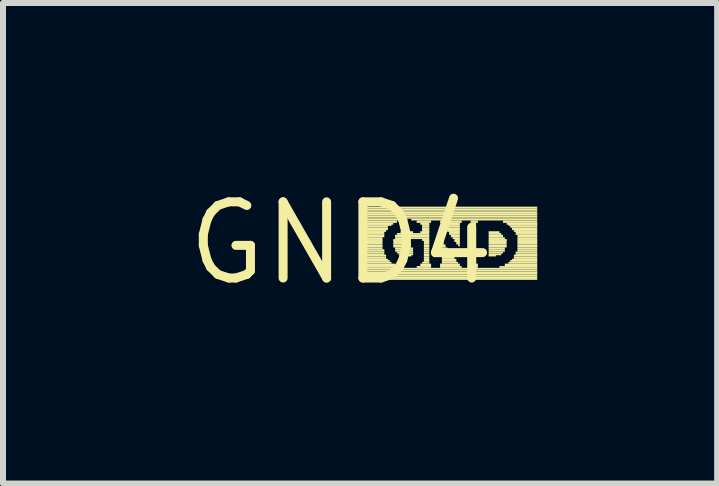
<source format=kicad_pcb>
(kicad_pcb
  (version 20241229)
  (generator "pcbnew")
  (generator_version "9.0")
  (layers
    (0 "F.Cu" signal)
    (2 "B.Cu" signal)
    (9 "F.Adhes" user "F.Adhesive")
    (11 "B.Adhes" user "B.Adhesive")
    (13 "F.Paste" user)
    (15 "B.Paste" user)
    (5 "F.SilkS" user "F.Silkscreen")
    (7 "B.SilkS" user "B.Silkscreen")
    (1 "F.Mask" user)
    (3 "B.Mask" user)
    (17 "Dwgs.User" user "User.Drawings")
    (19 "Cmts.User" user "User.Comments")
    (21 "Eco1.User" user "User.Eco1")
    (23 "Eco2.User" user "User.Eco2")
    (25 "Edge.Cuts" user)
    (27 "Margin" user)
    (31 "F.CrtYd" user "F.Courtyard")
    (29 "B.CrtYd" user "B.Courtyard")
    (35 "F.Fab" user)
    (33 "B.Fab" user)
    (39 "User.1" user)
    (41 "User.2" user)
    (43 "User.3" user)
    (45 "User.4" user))
  (footprint "GND4"
    (layer "F.Cu")
    (at 2.638 1.006)
    (property "Reference" "GND4" (at 0 0 0) (layer "F.SilkS") (effects (font (size 1.27 1.27) (thickness 0.15))))
    (fp_poly (pts (xy 0.36 -0.58) (xy 3.27 -0.58) (xy 3.27 -0.61) (xy 0.36 -0.61)) (stroke (width 0) (type solid)) (fill yes) (layer "F.SilkS"))
    (fp_poly (pts (xy 0.36 -0.55) (xy 3.27 -0.55) (xy 3.27 -0.58) (xy 0.36 -0.58)) (stroke (width 0) (type solid)) (fill yes) (layer "F.SilkS"))
    (fp_poly (pts (xy 0.36 -0.53) (xy 3.27 -0.53) (xy 3.27 -0.55) (xy 0.36 -0.55)) (stroke (width 0) (type solid)) (fill yes) (layer "F.SilkS"))
    (fp_poly (pts (xy 0.36 -0.49) (xy 3.27 -0.49) (xy 3.27 -0.53) (xy 0.36 -0.53)) (stroke (width 0) (type solid)) (fill yes) (layer "F.SilkS"))
    (fp_poly (pts (xy 0.36 -0.46) (xy 3.27 -0.46) (xy 3.27 -0.49) (xy 0.36 -0.49)) (stroke (width 0) (type solid)) (fill yes) (layer "F.SilkS"))
    (fp_poly (pts (xy 0.36 -0.43) (xy 3.27 -0.43) (xy 3.27 -0.46) (xy 0.36 -0.46)) (stroke (width 0) (type solid)) (fill yes) (layer "F.SilkS"))
    (fp_poly (pts (xy 0.36 -0.41) (xy 3.27 -0.41) (xy 3.27 -0.43) (xy 0.36 -0.43)) (stroke (width 0) (type solid)) (fill yes) (layer "F.SilkS"))
    (fp_poly (pts (xy 0.36 -0.38) (xy 0.99 -0.38) (xy 0.99 -0.41) (xy 0.36 -0.41)) (stroke (width 0) (type solid)) (fill yes) (layer "F.SilkS"))
    (fp_poly (pts (xy 0.36 -0.34) (xy 0.93 -0.34) (xy 0.93 -0.38) (xy 0.36 -0.38)) (stroke (width 0) (type solid)) (fill yes) (layer "F.SilkS"))
    (fp_poly (pts (xy 0.36 -0.31) (xy 0.87 -0.31) (xy 0.87 -0.34) (xy 0.36 -0.34)) (stroke (width 0) (type solid)) (fill yes) (layer "F.SilkS"))
    (fp_poly (pts (xy 0.36 -0.29) (xy 0.84 -0.29) (xy 0.84 -0.32) (xy 0.36 -0.32)) (stroke (width 0) (type solid)) (fill yes) (layer "F.SilkS"))
    (fp_poly (pts (xy 0.36 -0.26) (xy 0.78 -0.26) (xy 0.78 -0.29) (xy 0.36 -0.29)) (stroke (width 0) (type solid)) (fill yes) (layer "F.SilkS"))
    (fp_poly (pts (xy 0.36 -0.22) (xy 0.78 -0.22) (xy 0.78 -0.26) (xy 0.36 -0.26)) (stroke (width 0) (type solid)) (fill yes) (layer "F.SilkS"))
    (fp_poly (pts (xy 0.36 -0.19) (xy 0.75 -0.19) (xy 0.75 -0.22) (xy 0.36 -0.22)) (stroke (width 0) (type solid)) (fill yes) (layer "F.SilkS"))
    (fp_poly (pts (xy 0.36 -0.17) (xy 0.72 -0.17) (xy 0.72 -0.2) (xy 0.36 -0.2)) (stroke (width 0) (type solid)) (fill yes) (layer "F.SilkS"))
    (fp_poly (pts (xy 0.36 -0.14) (xy 0.72 -0.14) (xy 0.72 -0.17) (xy 0.36 -0.17)) (stroke (width 0) (type solid)) (fill yes) (layer "F.SilkS"))
    (fp_poly (pts (xy 0.36 -0.1) (xy 0.72 -0.1) (xy 0.72 -0.14) (xy 0.36 -0.14)) (stroke (width 0) (type solid)) (fill yes) (layer "F.SilkS"))
    (fp_poly (pts (xy 0.36 -0.07) (xy 0.69 -0.07) (xy 0.69 -0.1) (xy 0.36 -0.1)) (stroke (width 0) (type solid)) (fill yes) (layer "F.SilkS"))
    (fp_poly (pts (xy 0.36 -0.04) (xy 0.69 -0.04) (xy 0.69 -0.07) (xy 0.36 -0.07)) (stroke (width 0) (type solid)) (fill yes) (layer "F.SilkS"))
    (fp_poly (pts (xy 0.36 -0.02) (xy 0.69 -0.02) (xy 0.69 -0.05) (xy 0.36 -0.05)) (stroke (width 0) (type solid)) (fill yes) (layer "F.SilkS"))
    (fp_poly (pts (xy 0.36 0.02) (xy 0.69 0.02) (xy 0.69 -0.02) (xy 0.36 -0.02)) (stroke (width 0) (type solid)) (fill yes) (layer "F.SilkS"))
    (fp_poly (pts (xy 0.36 0.05) (xy 0.69 0.05) (xy 0.69 0.02) (xy 0.36 0.02)) (stroke (width 0) (type solid)) (fill yes) (layer "F.SilkS"))
    (fp_poly (pts (xy 0.36 0.07) (xy 0.69 0.07) (xy 0.69 0.04) (xy 0.36 0.04)) (stroke (width 0) (type solid)) (fill yes) (layer "F.SilkS"))
    (fp_poly (pts (xy 0.36 0.1) (xy 0.69 0.1) (xy 0.69 0.07) (xy 0.36 0.07)) (stroke (width 0) (type solid)) (fill yes) (layer "F.SilkS"))
    (fp_poly (pts (xy 0.36 0.14) (xy 0.72 0.14) (xy 0.72 0.1) (xy 0.36 0.1)) (stroke (width 0) (type solid)) (fill yes) (layer "F.SilkS"))
    (fp_poly (pts (xy 0.36 0.17) (xy 0.72 0.17) (xy 0.72 0.14) (xy 0.36 0.14)) (stroke (width 0) (type solid)) (fill yes) (layer "F.SilkS"))
    (fp_poly (pts (xy 0.36 0.2) (xy 0.72 0.2) (xy 0.72 0.17) (xy 0.36 0.17)) (stroke (width 0) (type solid)) (fill yes) (layer "F.SilkS"))
    (fp_poly (pts (xy 0.36 0.22) (xy 0.75 0.22) (xy 0.75 0.19) (xy 0.36 0.19)) (stroke (width 0) (type solid)) (fill yes) (layer "F.SilkS"))
    (fp_poly (pts (xy 0.36 0.26) (xy 0.75 0.26) (xy 0.75 0.22) (xy 0.36 0.22)) (stroke (width 0) (type solid)) (fill yes) (layer "F.SilkS"))
    (fp_poly (pts (xy 0.36 0.29) (xy 0.78 0.29) (xy 0.78 0.26) (xy 0.36 0.26)) (stroke (width 0) (type solid)) (fill yes) (layer "F.SilkS"))
    (fp_poly (pts (xy 0.36 0.31) (xy 0.81 0.31) (xy 0.81 0.28) (xy 0.36 0.28)) (stroke (width 0) (type solid)) (fill yes) (layer "F.SilkS"))
    (fp_poly (pts (xy 0.36 0.34) (xy 0.84 0.34) (xy 0.84 0.31) (xy 0.36 0.31)) (stroke (width 0) (type solid)) (fill yes) (layer "F.SilkS"))
    (fp_poly (pts (xy 0.36 0.38) (xy 0.9 0.38) (xy 0.9 0.34) (xy 0.36 0.34)) (stroke (width 0) (type solid)) (fill yes) (layer "F.SilkS"))
    (fp_poly (pts (xy 0.36 0.41) (xy 0.96 0.41) (xy 0.96 0.38) (xy 0.36 0.38)) (stroke (width 0) (type solid)) (fill yes) (layer "F.SilkS"))
    (fp_poly (pts (xy 0.36 0.44) (xy 3.27 0.44) (xy 3.27 0.41) (xy 0.36 0.41)) (stroke (width 0) (type solid)) (fill yes) (layer "F.SilkS"))
    (fp_poly (pts (xy 0.36 0.47) (xy 3.27 0.47) (xy 3.27 0.44) (xy 0.36 0.44)) (stroke (width 0) (type solid)) (fill yes) (layer "F.SilkS"))
    (fp_poly (pts (xy 0.36 0.5) (xy 3.27 0.5) (xy 3.27 0.47) (xy 0.36 0.47)) (stroke (width 0) (type solid)) (fill yes) (layer "F.SilkS"))
    (fp_poly (pts (xy 0.36 0.52) (xy 3.27 0.52) (xy 3.27 0.49) (xy 0.36 0.49)) (stroke (width 0) (type solid)) (fill yes) (layer "F.SilkS"))
    (fp_poly (pts (xy 0.36 0.55) (xy 3.27 0.55) (xy 3.27 0.52) (xy 0.36 0.52)) (stroke (width 0) (type solid)) (fill yes) (layer "F.SilkS"))
    (fp_poly (pts (xy 0.36 0.58) (xy 3.27 0.58) (xy 3.27 0.55) (xy 0.36 0.55)) (stroke (width 0) (type solid)) (fill yes) (layer "F.SilkS"))
    (fp_poly (pts (xy 0.36 0.61) (xy 3.27 0.61) (xy 3.27 0.58) (xy 0.36 0.58)) (stroke (width 0) (type solid)) (fill yes) (layer "F.SilkS"))
    (fp_poly (pts (xy 0.87 -0.04) (xy 1.08 -0.04) (xy 1.08 -0.07) (xy 0.87 -0.07)) (stroke (width 0) (type solid)) (fill yes) (layer "F.SilkS"))
    (fp_poly (pts (xy 0.87 -0.02) (xy 1.05 -0.02) (xy 1.05 -0.05) (xy 0.87 -0.05)) (stroke (width 0) (type solid)) (fill yes) (layer "F.SilkS"))
    (fp_poly (pts (xy 0.87 0.02) (xy 1.05 0.02) (xy 1.05 -0.02) (xy 0.87 -0.02)) (stroke (width 0) (type solid)) (fill yes) (layer "F.SilkS"))
    (fp_poly (pts (xy 0.87 0.05) (xy 1.05 0.05) (xy 1.05 0.02) (xy 0.87 0.02)) (stroke (width 0) (type solid)) (fill yes) (layer "F.SilkS"))
    (fp_poly (pts (xy 0.87 0.07) (xy 1.05 0.07) (xy 1.05 0.04) (xy 0.87 0.04)) (stroke (width 0) (type solid)) (fill yes) (layer "F.SilkS"))
    (fp_poly (pts (xy 0.9 -0.1) (xy 1.47 -0.1) (xy 1.47 -0.14) (xy 0.9 -0.14)) (stroke (width 0) (type solid)) (fill yes) (layer "F.SilkS"))
    (fp_poly (pts (xy 0.9 -0.07) (xy 1.47 -0.07) (xy 1.47 -0.1) (xy 0.9 -0.1)) (stroke (width 0) (type solid)) (fill yes) (layer "F.SilkS"))
    (fp_poly (pts (xy 0.9 0.1) (xy 1.2 0.1) (xy 1.2 0.07) (xy 0.9 0.07)) (stroke (width 0) (type solid)) (fill yes) (layer "F.SilkS"))
    (fp_poly (pts (xy 0.9 0.14) (xy 1.2 0.14) (xy 1.2 0.1) (xy 0.9 0.1)) (stroke (width 0) (type solid)) (fill yes) (layer "F.SilkS"))
    (fp_poly (pts (xy 0.93 -0.14) (xy 1.47 -0.14) (xy 1.47 -0.17) (xy 0.93 -0.17)) (stroke (width 0) (type solid)) (fill yes) (layer "F.SilkS"))
    (fp_poly (pts (xy 0.93 0.17) (xy 1.2 0.17) (xy 1.2 0.14) (xy 0.93 0.14)) (stroke (width 0) (type solid)) (fill yes) (layer "F.SilkS"))
    (fp_poly (pts (xy 0.96 0.2) (xy 1.2 0.2) (xy 1.2 0.17) (xy 0.96 0.17)) (stroke (width 0) (type solid)) (fill yes) (layer "F.SilkS"))
    (fp_poly (pts (xy 0.99 -0.17) (xy 1.2 -0.17) (xy 1.2 -0.2) (xy 0.99 -0.2)) (stroke (width 0) (type solid)) (fill yes) (layer "F.SilkS"))
    (fp_poly (pts (xy 1.02 0.22) (xy 1.17 0.22) (xy 1.17 0.19) (xy 1.02 0.19)) (stroke (width 0) (type solid)) (fill yes) (layer "F.SilkS"))
    (fp_poly (pts (xy 1.17 -0.38) (xy 3.27 -0.38) (xy 3.27 -0.41) (xy 1.17 -0.41)) (stroke (width 0) (type solid)) (fill yes) (layer "F.SilkS"))
    (fp_poly (pts (xy 1.26 -0.34) (xy 1.5 -0.34) (xy 1.5 -0.38) (xy 1.26 -0.38)) (stroke (width 0) (type solid)) (fill yes) (layer "F.SilkS"))
    (fp_poly (pts (xy 1.26 0.41) (xy 1.5 0.41) (xy 1.5 0.38) (xy 1.26 0.38)) (stroke (width 0) (type solid)) (fill yes) (layer "F.SilkS"))
    (fp_poly (pts (xy 1.32 -0.31) (xy 1.47 -0.31) (xy 1.47 -0.34) (xy 1.32 -0.34)) (stroke (width 0) (type solid)) (fill yes) (layer "F.SilkS"))
    (fp_poly (pts (xy 1.32 -0.17) (xy 1.47 -0.17) (xy 1.47 -0.2) (xy 1.32 -0.2)) (stroke (width 0) (type solid)) (fill yes) (layer "F.SilkS"))
    (fp_poly (pts (xy 1.32 0.38) (xy 1.5 0.38) (xy 1.5 0.34) (xy 1.32 0.34)) (stroke (width 0) (type solid)) (fill yes) (layer "F.SilkS"))
    (fp_poly (pts (xy 1.35 -0.29) (xy 1.47 -0.29) (xy 1.47 -0.32) (xy 1.35 -0.32)) (stroke (width 0) (type solid)) (fill yes) (layer "F.SilkS"))
    (fp_poly (pts (xy 1.35 -0.26) (xy 1.47 -0.26) (xy 1.47 -0.29) (xy 1.35 -0.29)) (stroke (width 0) (type solid)) (fill yes) (layer "F.SilkS"))
    (fp_poly (pts (xy 1.35 -0.22) (xy 1.47 -0.22) (xy 1.47 -0.26) (xy 1.35 -0.26)) (stroke (width 0) (type solid)) (fill yes) (layer "F.SilkS"))
    (fp_poly (pts (xy 1.35 -0.19) (xy 1.47 -0.19) (xy 1.47 -0.22) (xy 1.35 -0.22)) (stroke (width 0) (type solid)) (fill yes) (layer "F.SilkS"))
    (fp_poly (pts (xy 1.35 -0.04) (xy 1.47 -0.04) (xy 1.47 -0.07) (xy 1.35 -0.07)) (stroke (width 0) (type solid)) (fill yes) (layer "F.SilkS"))
    (fp_poly (pts (xy 1.35 0.34) (xy 1.47 0.34) (xy 1.47 0.31) (xy 1.35 0.31)) (stroke (width 0) (type solid)) (fill yes) (layer "F.SilkS"))
    (fp_poly (pts (xy 1.38 -0.02) (xy 1.47 -0.02) (xy 1.47 -0.05) (xy 1.38 -0.05)) (stroke (width 0) (type solid)) (fill yes) (layer "F.SilkS"))
    (fp_poly (pts (xy 1.38 0.02) (xy 1.47 0.02) (xy 1.47 -0.02) (xy 1.38 -0.02)) (stroke (width 0) (type solid)) (fill yes) (layer "F.SilkS"))
    (fp_poly (pts (xy 1.38 0.05) (xy 1.47 0.05) (xy 1.47 0.02) (xy 1.38 0.02)) (stroke (width 0) (type solid)) (fill yes) (layer "F.SilkS"))
    (fp_poly (pts (xy 1.38 0.07) (xy 1.47 0.07) (xy 1.47 0.04) (xy 1.38 0.04)) (stroke (width 0) (type solid)) (fill yes) (layer "F.SilkS"))
    (fp_poly (pts (xy 1.38 0.1) (xy 1.47 0.1) (xy 1.47 0.07) (xy 1.38 0.07)) (stroke (width 0) (type solid)) (fill yes) (layer "F.SilkS"))
    (fp_poly (pts (xy 1.38 0.14) (xy 1.47 0.14) (xy 1.47 0.1) (xy 1.38 0.1)) (stroke (width 0) (type solid)) (fill yes) (layer "F.SilkS"))
    (fp_poly (pts (xy 1.38 0.17) (xy 1.47 0.17) (xy 1.47 0.14) (xy 1.38 0.14)) (stroke (width 0) (type solid)) (fill yes) (layer "F.SilkS"))
    (fp_poly (pts (xy 1.38 0.2) (xy 1.47 0.2) (xy 1.47 0.17) (xy 1.38 0.17)) (stroke (width 0) (type solid)) (fill yes) (layer "F.SilkS"))
    (fp_poly (pts (xy 1.38 0.22) (xy 1.47 0.22) (xy 1.47 0.19) (xy 1.38 0.19)) (stroke (width 0) (type solid)) (fill yes) (layer "F.SilkS"))
    (fp_poly (pts (xy 1.38 0.26) (xy 1.47 0.26) (xy 1.47 0.22) (xy 1.38 0.22)) (stroke (width 0) (type solid)) (fill yes) (layer "F.SilkS"))
    (fp_poly (pts (xy 1.38 0.29) (xy 1.47 0.29) (xy 1.47 0.26) (xy 1.38 0.26)) (stroke (width 0) (type solid)) (fill yes) (layer "F.SilkS"))
    (fp_poly (pts (xy 1.38 0.31) (xy 1.47 0.31) (xy 1.47 0.28) (xy 1.38 0.28)) (stroke (width 0) (type solid)) (fill yes) (layer "F.SilkS"))
    (fp_poly (pts (xy 1.65 -0.34) (xy 2.01 -0.34) (xy 2.01 -0.38) (xy 1.65 -0.38)) (stroke (width 0) (type solid)) (fill yes) (layer "F.SilkS"))
    (fp_poly (pts (xy 1.65 0.38) (xy 1.98 0.38) (xy 1.98 0.34) (xy 1.65 0.34)) (stroke (width 0) (type solid)) (fill yes) (layer "F.SilkS"))
    (fp_poly (pts (xy 1.65 0.41) (xy 2.01 0.41) (xy 2.01 0.38) (xy 1.65 0.38)) (stroke (width 0) (type solid)) (fill yes) (layer "F.SilkS"))
    (fp_poly (pts (xy 1.68 -0.31) (xy 1.98 -0.31) (xy 1.98 -0.34) (xy 1.68 -0.34)) (stroke (width 0) (type solid)) (fill yes) (layer "F.SilkS"))
    (fp_poly (pts (xy 1.68 0.02) (xy 1.71 0.02) (xy 1.71 -0.02) (xy 1.68 -0.02)) (stroke (width 0) (type solid)) (fill yes) (layer "F.SilkS"))
    (fp_poly (pts (xy 1.68 0.05) (xy 1.74 0.05) (xy 1.74 0.02) (xy 1.68 0.02)) (stroke (width 0) (type solid)) (fill yes) (layer "F.SilkS"))
    (fp_poly (pts (xy 1.68 0.07) (xy 1.74 0.07) (xy 1.74 0.04) (xy 1.68 0.04)) (stroke (width 0) (type solid)) (fill yes) (layer "F.SilkS"))
    (fp_poly (pts (xy 1.68 0.1) (xy 1.77 0.1) (xy 1.77 0.07) (xy 1.68 0.07)) (stroke (width 0) (type solid)) (fill yes) (layer "F.SilkS"))
    (fp_poly (pts (xy 1.68 0.14) (xy 1.8 0.14) (xy 1.8 0.1) (xy 1.68 0.1)) (stroke (width 0) (type solid)) (fill yes) (layer "F.SilkS"))
    (fp_poly (pts (xy 1.68 0.17) (xy 1.83 0.17) (xy 1.83 0.14) (xy 1.68 0.14)) (stroke (width 0) (type solid)) (fill yes) (layer "F.SilkS"))
    (fp_poly (pts (xy 1.68 0.2) (xy 1.83 0.2) (xy 1.83 0.17) (xy 1.68 0.17)) (stroke (width 0) (type solid)) (fill yes) (layer "F.SilkS"))
    (fp_poly (pts (xy 1.68 0.22) (xy 1.86 0.22) (xy 1.86 0.19) (xy 1.68 0.19)) (stroke (width 0) (type solid)) (fill yes) (layer "F.SilkS"))
    (fp_poly (pts (xy 1.68 0.26) (xy 1.89 0.26) (xy 1.89 0.22) (xy 1.68 0.22)) (stroke (width 0) (type solid)) (fill yes) (layer "F.SilkS"))
    (fp_poly (pts (xy 1.68 0.29) (xy 1.92 0.29) (xy 1.92 0.26) (xy 1.68 0.26)) (stroke (width 0) (type solid)) (fill yes) (layer "F.SilkS"))
    (fp_poly (pts (xy 1.68 0.31) (xy 1.92 0.31) (xy 1.92 0.28) (xy 1.68 0.28)) (stroke (width 0) (type solid)) (fill yes) (layer "F.SilkS"))
    (fp_poly (pts (xy 1.68 0.34) (xy 1.95 0.34) (xy 1.95 0.31) (xy 1.68 0.31)) (stroke (width 0) (type solid)) (fill yes) (layer "F.SilkS"))
    (fp_poly (pts (xy 1.71 -0.29) (xy 1.98 -0.29) (xy 1.98 -0.32) (xy 1.71 -0.32)) (stroke (width 0) (type solid)) (fill yes) (layer "F.SilkS"))
    (fp_poly (pts (xy 1.71 -0.26) (xy 1.98 -0.26) (xy 1.98 -0.29) (xy 1.71 -0.29)) (stroke (width 0) (type solid)) (fill yes) (layer "F.SilkS"))
    (fp_poly (pts (xy 1.74 -0.22) (xy 1.98 -0.22) (xy 1.98 -0.26) (xy 1.74 -0.26)) (stroke (width 0) (type solid)) (fill yes) (layer "F.SilkS"))
    (fp_poly (pts (xy 1.77 -0.19) (xy 1.98 -0.19) (xy 1.98 -0.22) (xy 1.77 -0.22)) (stroke (width 0) (type solid)) (fill yes) (layer "F.SilkS"))
    (fp_poly (pts (xy 1.8 -0.17) (xy 1.98 -0.17) (xy 1.98 -0.2) (xy 1.8 -0.2)) (stroke (width 0) (type solid)) (fill yes) (layer "F.SilkS"))
    (fp_poly (pts (xy 1.8 -0.14) (xy 1.98 -0.14) (xy 1.98 -0.17) (xy 1.8 -0.17)) (stroke (width 0) (type solid)) (fill yes) (layer "F.SilkS"))
    (fp_poly (pts (xy 1.83 -0.1) (xy 1.98 -0.1) (xy 1.98 -0.14) (xy 1.83 -0.14)) (stroke (width 0) (type solid)) (fill yes) (layer "F.SilkS"))
    (fp_poly (pts (xy 1.86 -0.07) (xy 1.98 -0.07) (xy 1.98 -0.1) (xy 1.86 -0.1)) (stroke (width 0) (type solid)) (fill yes) (layer "F.SilkS"))
    (fp_poly (pts (xy 1.89 -0.04) (xy 1.98 -0.04) (xy 1.98 -0.07) (xy 1.89 -0.07)) (stroke (width 0) (type solid)) (fill yes) (layer "F.SilkS"))
    (fp_poly (pts (xy 1.89 -0.02) (xy 1.98 -0.02) (xy 1.98 -0.05) (xy 1.89 -0.05)) (stroke (width 0) (type solid)) (fill yes) (layer "F.SilkS"))
    (fp_poly (pts (xy 1.92 0.02) (xy 1.98 0.02) (xy 1.98 -0.02) (xy 1.92 -0.02)) (stroke (width 0) (type solid)) (fill yes) (layer "F.SilkS"))
    (fp_poly (pts (xy 1.95 0.05) (xy 1.98 0.05) (xy 1.98 0.02) (xy 1.95 0.02)) (stroke (width 0) (type solid)) (fill yes) (layer "F.SilkS"))
    (fp_poly (pts (xy 2.13 0.41) (xy 2.28 0.41) (xy 2.28 0.38) (xy 2.13 0.38)) (stroke (width 0) (type solid)) (fill yes) (layer "F.SilkS"))
    (fp_poly (pts (xy 2.16 -0.34) (xy 2.28 -0.34) (xy 2.28 -0.38) (xy 2.16 -0.38)) (stroke (width 0) (type solid)) (fill yes) (layer "F.SilkS"))
    (fp_poly (pts (xy 2.16 -0.31) (xy 2.25 -0.31) (xy 2.25 -0.34) (xy 2.16 -0.34)) (stroke (width 0) (type solid)) (fill yes) (layer "F.SilkS"))
    (fp_poly (pts (xy 2.16 -0.29) (xy 2.25 -0.29) (xy 2.25 -0.32) (xy 2.16 -0.32)) (stroke (width 0) (type solid)) (fill yes) (layer "F.SilkS"))
    (fp_poly (pts (xy 2.16 -0.26) (xy 2.25 -0.26) (xy 2.25 -0.29) (xy 2.16 -0.29)) (stroke (width 0) (type solid)) (fill yes) (layer "F.SilkS"))
    (fp_poly (pts (xy 2.16 -0.22) (xy 2.25 -0.22) (xy 2.25 -0.26) (xy 2.16 -0.26)) (stroke (width 0) (type solid)) (fill yes) (layer "F.SilkS"))
    (fp_poly (pts (xy 2.16 -0.19) (xy 2.25 -0.19) (xy 2.25 -0.22) (xy 2.16 -0.22)) (stroke (width 0) (type solid)) (fill yes) (layer "F.SilkS"))
    (fp_poly (pts (xy 2.16 -0.17) (xy 2.25 -0.17) (xy 2.25 -0.2) (xy 2.16 -0.2)) (stroke (width 0) (type solid)) (fill yes) (layer "F.SilkS"))
    (fp_poly (pts (xy 2.16 -0.14) (xy 2.25 -0.14) (xy 2.25 -0.17) (xy 2.16 -0.17)) (stroke (width 0) (type solid)) (fill yes) (layer "F.SilkS"))
    (fp_poly (pts (xy 2.16 -0.1) (xy 2.25 -0.1) (xy 2.25 -0.14) (xy 2.16 -0.14)) (stroke (width 0) (type solid)) (fill yes) (layer "F.SilkS"))
    (fp_poly (pts (xy 2.16 -0.07) (xy 2.25 -0.07) (xy 2.25 -0.1) (xy 2.16 -0.1)) (stroke (width 0) (type solid)) (fill yes) (layer "F.SilkS"))
    (fp_poly (pts (xy 2.16 -0.04) (xy 2.25 -0.04) (xy 2.25 -0.07) (xy 2.16 -0.07)) (stroke (width 0) (type solid)) (fill yes) (layer "F.SilkS"))
    (fp_poly (pts (xy 2.16 -0.02) (xy 2.25 -0.02) (xy 2.25 -0.05) (xy 2.16 -0.05)) (stroke (width 0) (type solid)) (fill yes) (layer "F.SilkS"))
    (fp_poly (pts (xy 2.16 0.02) (xy 2.25 0.02) (xy 2.25 -0.02) (xy 2.16 -0.02)) (stroke (width 0) (type solid)) (fill yes) (layer "F.SilkS"))
    (fp_poly (pts (xy 2.16 0.05) (xy 2.25 0.05) (xy 2.25 0.02) (xy 2.16 0.02)) (stroke (width 0) (type solid)) (fill yes) (layer "F.SilkS"))
    (fp_poly (pts (xy 2.16 0.07) (xy 2.25 0.07) (xy 2.25 0.04) (xy 2.16 0.04)) (stroke (width 0) (type solid)) (fill yes) (layer "F.SilkS"))
    (fp_poly (pts (xy 2.16 0.1) (xy 2.25 0.1) (xy 2.25 0.07) (xy 2.16 0.07)) (stroke (width 0) (type solid)) (fill yes) (layer "F.SilkS"))
    (fp_poly (pts (xy 2.16 0.14) (xy 2.25 0.14) (xy 2.25 0.1) (xy 2.16 0.1)) (stroke (width 0) (type solid)) (fill yes) (layer "F.SilkS"))
    (fp_poly (pts (xy 2.16 0.17) (xy 2.25 0.17) (xy 2.25 0.14) (xy 2.16 0.14)) (stroke (width 0) (type solid)) (fill yes) (layer "F.SilkS"))
    (fp_poly (pts (xy 2.16 0.2) (xy 2.25 0.2) (xy 2.25 0.17) (xy 2.16 0.17)) (stroke (width 0) (type solid)) (fill yes) (layer "F.SilkS"))
    (fp_poly (pts (xy 2.16 0.22) (xy 2.25 0.22) (xy 2.25 0.19) (xy 2.16 0.19)) (stroke (width 0) (type solid)) (fill yes) (layer "F.SilkS"))
    (fp_poly (pts (xy 2.16 0.26) (xy 2.25 0.26) (xy 2.25 0.22) (xy 2.16 0.22)) (stroke (width 0) (type solid)) (fill yes) (layer "F.SilkS"))
    (fp_poly (pts (xy 2.16 0.29) (xy 2.25 0.29) (xy 2.25 0.26) (xy 2.16 0.26)) (stroke (width 0) (type solid)) (fill yes) (layer "F.SilkS"))
    (fp_poly (pts (xy 2.16 0.31) (xy 2.25 0.31) (xy 2.25 0.28) (xy 2.16 0.28)) (stroke (width 0) (type solid)) (fill yes) (layer "F.SilkS"))
    (fp_poly (pts (xy 2.16 0.34) (xy 2.25 0.34) (xy 2.25 0.31) (xy 2.16 0.31)) (stroke (width 0) (type solid)) (fill yes) (layer "F.SilkS"))
    (fp_poly (pts (xy 2.16 0.38) (xy 2.28 0.38) (xy 2.28 0.34) (xy 2.16 0.34)) (stroke (width 0) (type solid)) (fill yes) (layer "F.SilkS"))
    (fp_poly (pts (xy 2.46 -0.17) (xy 2.64 -0.17) (xy 2.64 -0.2) (xy 2.46 -0.2)) (stroke (width 0) (type solid)) (fill yes) (layer "F.SilkS"))
    (fp_poly (pts (xy 2.46 -0.14) (xy 2.67 -0.14) (xy 2.67 -0.17) (xy 2.46 -0.17)) (stroke (width 0) (type solid)) (fill yes) (layer "F.SilkS"))
    (fp_poly (pts (xy 2.46 -0.1) (xy 2.7 -0.1) (xy 2.7 -0.14) (xy 2.46 -0.14)) (stroke (width 0) (type solid)) (fill yes) (layer "F.SilkS"))
    (fp_poly (pts (xy 2.46 -0.07) (xy 2.73 -0.07) (xy 2.73 -0.1) (xy 2.46 -0.1)) (stroke (width 0) (type solid)) (fill yes) (layer "F.SilkS"))
    (fp_poly (pts (xy 2.46 -0.04) (xy 2.76 -0.04) (xy 2.76 -0.07) (xy 2.46 -0.07)) (stroke (width 0) (type solid)) (fill yes) (layer "F.SilkS"))
    (fp_poly (pts (xy 2.46 -0.02) (xy 2.76 -0.02) (xy 2.76 -0.05) (xy 2.46 -0.05)) (stroke (width 0) (type solid)) (fill yes) (layer "F.SilkS"))
    (fp_poly (pts (xy 2.46 0.02) (xy 2.76 0.02) (xy 2.76 -0.02) (xy 2.46 -0.02)) (stroke (width 0) (type solid)) (fill yes) (layer "F.SilkS"))
    (fp_poly (pts (xy 2.46 0.05) (xy 2.76 0.05) (xy 2.76 0.02) (xy 2.46 0.02)) (stroke (width 0) (type solid)) (fill yes) (layer "F.SilkS"))
    (fp_poly (pts (xy 2.46 0.07) (xy 2.76 0.07) (xy 2.76 0.04) (xy 2.46 0.04)) (stroke (width 0) (type solid)) (fill yes) (layer "F.SilkS"))
    (fp_poly (pts (xy 2.46 0.1) (xy 2.73 0.1) (xy 2.73 0.07) (xy 2.46 0.07)) (stroke (width 0) (type solid)) (fill yes) (layer "F.SilkS"))
    (fp_poly (pts (xy 2.46 0.14) (xy 2.73 0.14) (xy 2.73 0.1) (xy 2.46 0.1)) (stroke (width 0) (type solid)) (fill yes) (layer "F.SilkS"))
    (fp_poly (pts (xy 2.46 0.17) (xy 2.7 0.17) (xy 2.7 0.14) (xy 2.46 0.14)) (stroke (width 0) (type solid)) (fill yes) (layer "F.SilkS"))
    (fp_poly (pts (xy 2.46 0.2) (xy 2.67 0.2) (xy 2.67 0.17) (xy 2.46 0.17)) (stroke (width 0) (type solid)) (fill yes) (layer "F.SilkS"))
    (fp_poly (pts (xy 2.46 0.22) (xy 2.58 0.22) (xy 2.58 0.19) (xy 2.46 0.19)) (stroke (width 0) (type solid)) (fill yes) (layer "F.SilkS"))
    (fp_poly (pts (xy 2.64 0.41) (xy 3.27 0.41) (xy 3.27 0.38) (xy 2.64 0.38)) (stroke (width 0) (type solid)) (fill yes) (layer "F.SilkS"))
    (fp_poly (pts (xy 2.7 -0.34) (xy 3.27 -0.34) (xy 3.27 -0.38) (xy 2.7 -0.38)) (stroke (width 0) (type solid)) (fill yes) (layer "F.SilkS"))
    (fp_poly (pts (xy 2.73 0.38) (xy 3.27 0.38) (xy 3.27 0.34) (xy 2.73 0.34)) (stroke (width 0) (type solid)) (fill yes) (layer "F.SilkS"))
    (fp_poly (pts (xy 2.76 -0.31) (xy 3.27 -0.31) (xy 3.27 -0.34) (xy 2.76 -0.34)) (stroke (width 0) (type solid)) (fill yes) (layer "F.SilkS"))
    (fp_poly (pts (xy 2.79 -0.29) (xy 3.27 -0.29) (xy 3.27 -0.32) (xy 2.79 -0.32)) (stroke (width 0) (type solid)) (fill yes) (layer "F.SilkS"))
    (fp_poly (pts (xy 2.79 0.34) (xy 3.27 0.34) (xy 3.27 0.31) (xy 2.79 0.31)) (stroke (width 0) (type solid)) (fill yes) (layer "F.SilkS"))
    (fp_poly (pts (xy 2.82 -0.26) (xy 3.27 -0.26) (xy 3.27 -0.29) (xy 2.82 -0.29)) (stroke (width 0) (type solid)) (fill yes) (layer "F.SilkS"))
    (fp_poly (pts (xy 2.82 0.31) (xy 3.27 0.31) (xy 3.27 0.28) (xy 2.82 0.28)) (stroke (width 0) (type solid)) (fill yes) (layer "F.SilkS"))
    (fp_poly (pts (xy 2.85 -0.22) (xy 3.27 -0.22) (xy 3.27 -0.26) (xy 2.85 -0.26)) (stroke (width 0) (type solid)) (fill yes) (layer "F.SilkS"))
    (fp_poly (pts (xy 2.85 0.29) (xy 3.27 0.29) (xy 3.27 0.26) (xy 2.85 0.26)) (stroke (width 0) (type solid)) (fill yes) (layer "F.SilkS"))
    (fp_poly (pts (xy 2.88 -0.19) (xy 3.27 -0.19) (xy 3.27 -0.22) (xy 2.88 -0.22)) (stroke (width 0) (type solid)) (fill yes) (layer "F.SilkS"))
    (fp_poly (pts (xy 2.88 0.22) (xy 3.27 0.22) (xy 3.27 0.19) (xy 2.88 0.19)) (stroke (width 0) (type solid)) (fill yes) (layer "F.SilkS"))
    (fp_poly (pts (xy 2.88 0.26) (xy 3.27 0.26) (xy 3.27 0.22) (xy 2.88 0.22)) (stroke (width 0) (type solid)) (fill yes) (layer "F.SilkS"))
    (fp_poly (pts (xy 2.91 -0.17) (xy 3.27 -0.17) (xy 3.27 -0.2) (xy 2.91 -0.2)) (stroke (width 0) (type solid)) (fill yes) (layer "F.SilkS"))
    (fp_poly (pts (xy 2.91 -0.14) (xy 3.27 -0.14) (xy 3.27 -0.17) (xy 2.91 -0.17)) (stroke (width 0) (type solid)) (fill yes) (layer "F.SilkS"))
    (fp_poly (pts (xy 2.91 0.17) (xy 3.27 0.17) (xy 3.27 0.14) (xy 2.91 0.14)) (stroke (width 0) (type solid)) (fill yes) (layer "F.SilkS"))
    (fp_poly (pts (xy 2.91 0.2) (xy 3.27 0.2) (xy 3.27 0.17) (xy 2.91 0.17)) (stroke (width 0) (type solid)) (fill yes) (layer "F.SilkS"))
    (fp_poly (pts (xy 2.94 -0.1) (xy 3.27 -0.1) (xy 3.27 -0.14) (xy 2.94 -0.14)) (stroke (width 0) (type solid)) (fill yes) (layer "F.SilkS"))
    (fp_poly (pts (xy 2.94 -0.07) (xy 3.27 -0.07) (xy 3.27 -0.1) (xy 2.94 -0.1)) (stroke (width 0) (type solid)) (fill yes) (layer "F.SilkS"))
    (fp_poly (pts (xy 2.94 -0.04) (xy 3.27 -0.04) (xy 3.27 -0.07) (xy 2.94 -0.07)) (stroke (width 0) (type solid)) (fill yes) (layer "F.SilkS"))
    (fp_poly (pts (xy 2.94 -0.02) (xy 3.27 -0.02) (xy 3.27 -0.05) (xy 2.94 -0.05)) (stroke (width 0) (type solid)) (fill yes) (layer "F.SilkS"))
    (fp_poly (pts (xy 2.94 0.02) (xy 3.27 0.02) (xy 3.27 -0.02) (xy 2.94 -0.02)) (stroke (width 0) (type solid)) (fill yes) (layer "F.SilkS"))
    (fp_poly (pts (xy 2.94 0.05) (xy 3.27 0.05) (xy 3.27 0.02) (xy 2.94 0.02)) (stroke (width 0) (type solid)) (fill yes) (layer "F.SilkS"))
    (fp_poly (pts (xy 2.94 0.07) (xy 3.27 0.07) (xy 3.27 0.04) (xy 2.94 0.04)) (stroke (width 0) (type solid)) (fill yes) (layer "F.SilkS"))
    (fp_poly (pts (xy 2.94 0.1) (xy 3.27 0.1) (xy 3.27 0.07) (xy 2.94 0.07)) (stroke (width 0) (type solid)) (fill yes) (layer "F.SilkS"))
    (fp_poly (pts (xy 2.94 0.14) (xy 3.27 0.14) (xy 3.27 0.1) (xy 2.94 0.1)) (stroke (width 0) (type solid)) (fill yes) (layer "F.SilkS")))
  (gr_rect
    (start -3 -3)
    (end 8.908 5.012)
    (stroke (width 0.1) (type default))
    (fill no)
    (layer "Edge.Cuts")))
</source>
